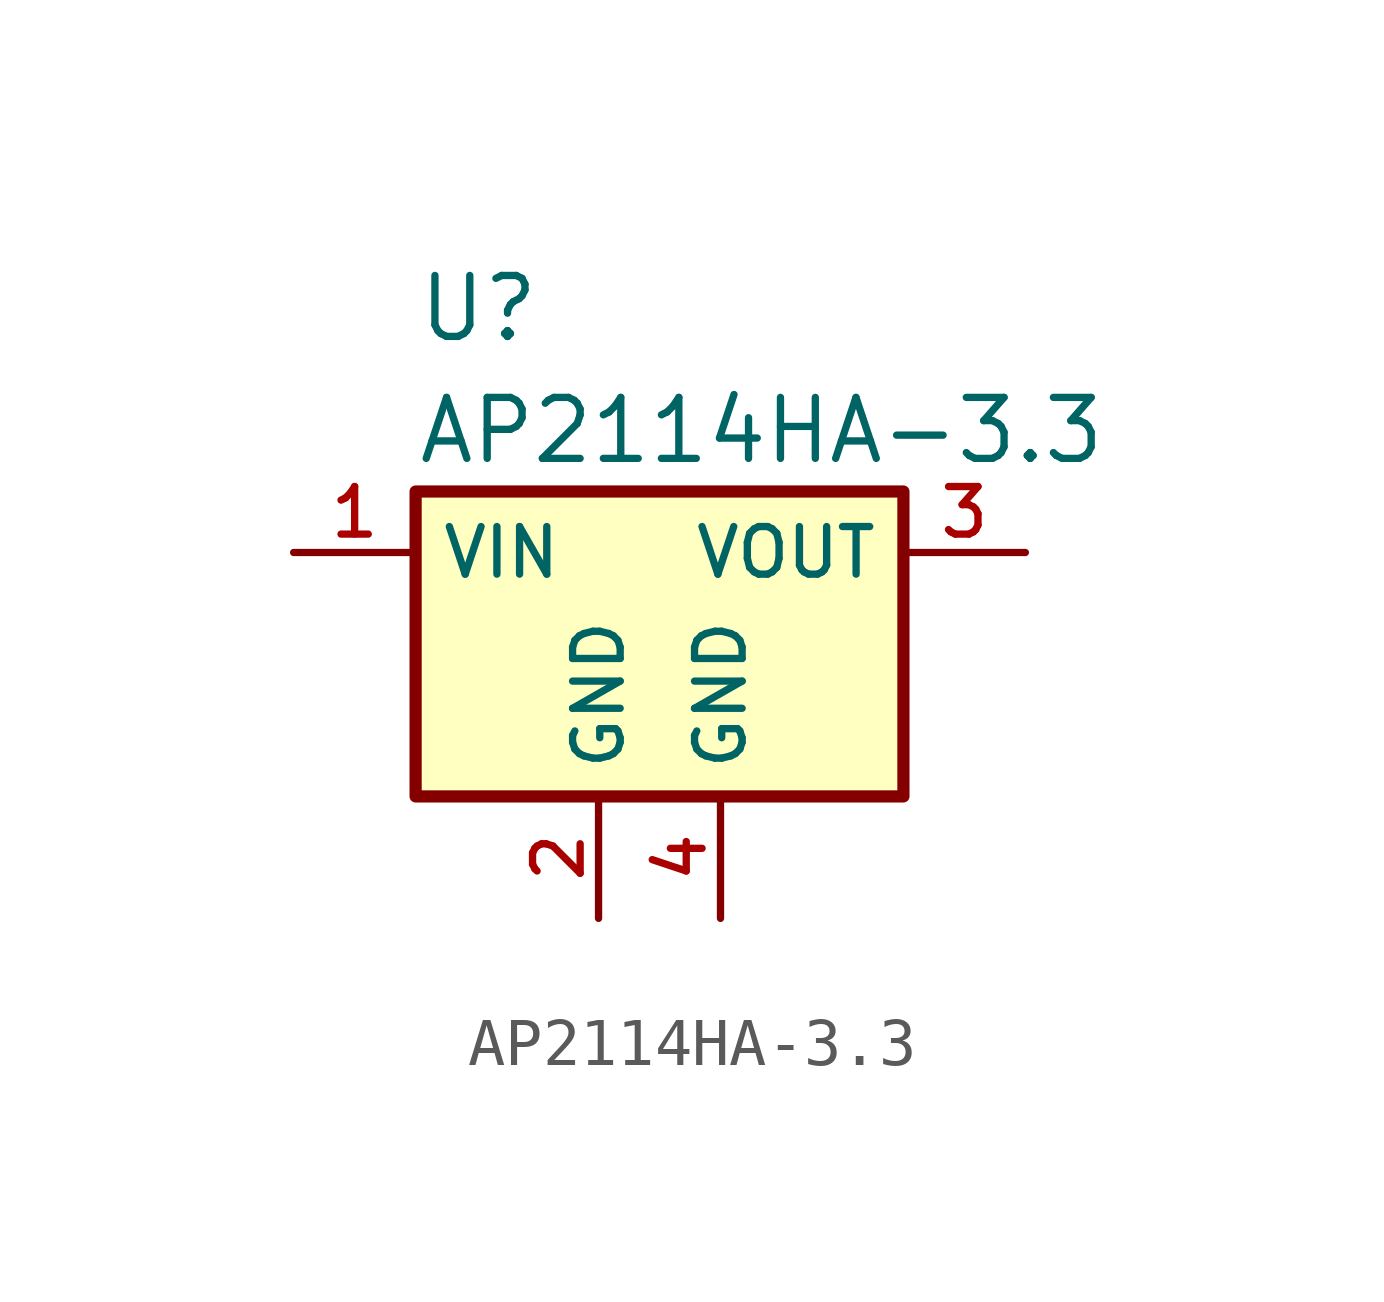
<source format=kicad_sym>
(kicad_symbol_lib
  (version 20211014)
  (generator kicad_symbol_editor)
  (symbol "AP2114HA-3.3"
    (property "Reference" "U"
      (at 2.54 5.08 0)
      (effects (font (size 1.27 1.27)) (justify left)))
    (property "Value" "AP2114HA-3.3"
      (at 2.54 2.54 0)
      (effects (font (size 1.27 1.27)) (justify left)))
    (symbol "AP2114HA-3.3_0_1"
      (rectangle (start 2.54 1.27) (end 12.7 -5.08) (stroke (width 0.254) (type default) (color 0 0 0 0)) (fill (type background))))
    (symbol "AP2114HA-3.3_1_1"
      (pin power_in line (at 0 0 0) (length 2.54) (name "VIN" (effects (font (size 0.991 0.991)))) (number "1" (effects (font (size 0.991 0.991)))))
      (pin power_in line (at 6.35 -7.62 90) (length 2.54) (name "GND" (effects (font (size 0.991 0.991)))) (number "2" (effects (font (size 0.991 0.991)))))
      (pin power_out line (at 15.24 0 180) (length 2.54) (name "VOUT" (effects (font (size 0.991 0.991)))) (number "3" (effects (font (size 0.991 0.991)))))
      (pin power_in line (at 8.89 -7.62 90) (length 2.54) (name "GND" (effects (font (size 0.991 0.991)))) (number "4" (effects (font (size 0.991 0.991))))))))
</source>
